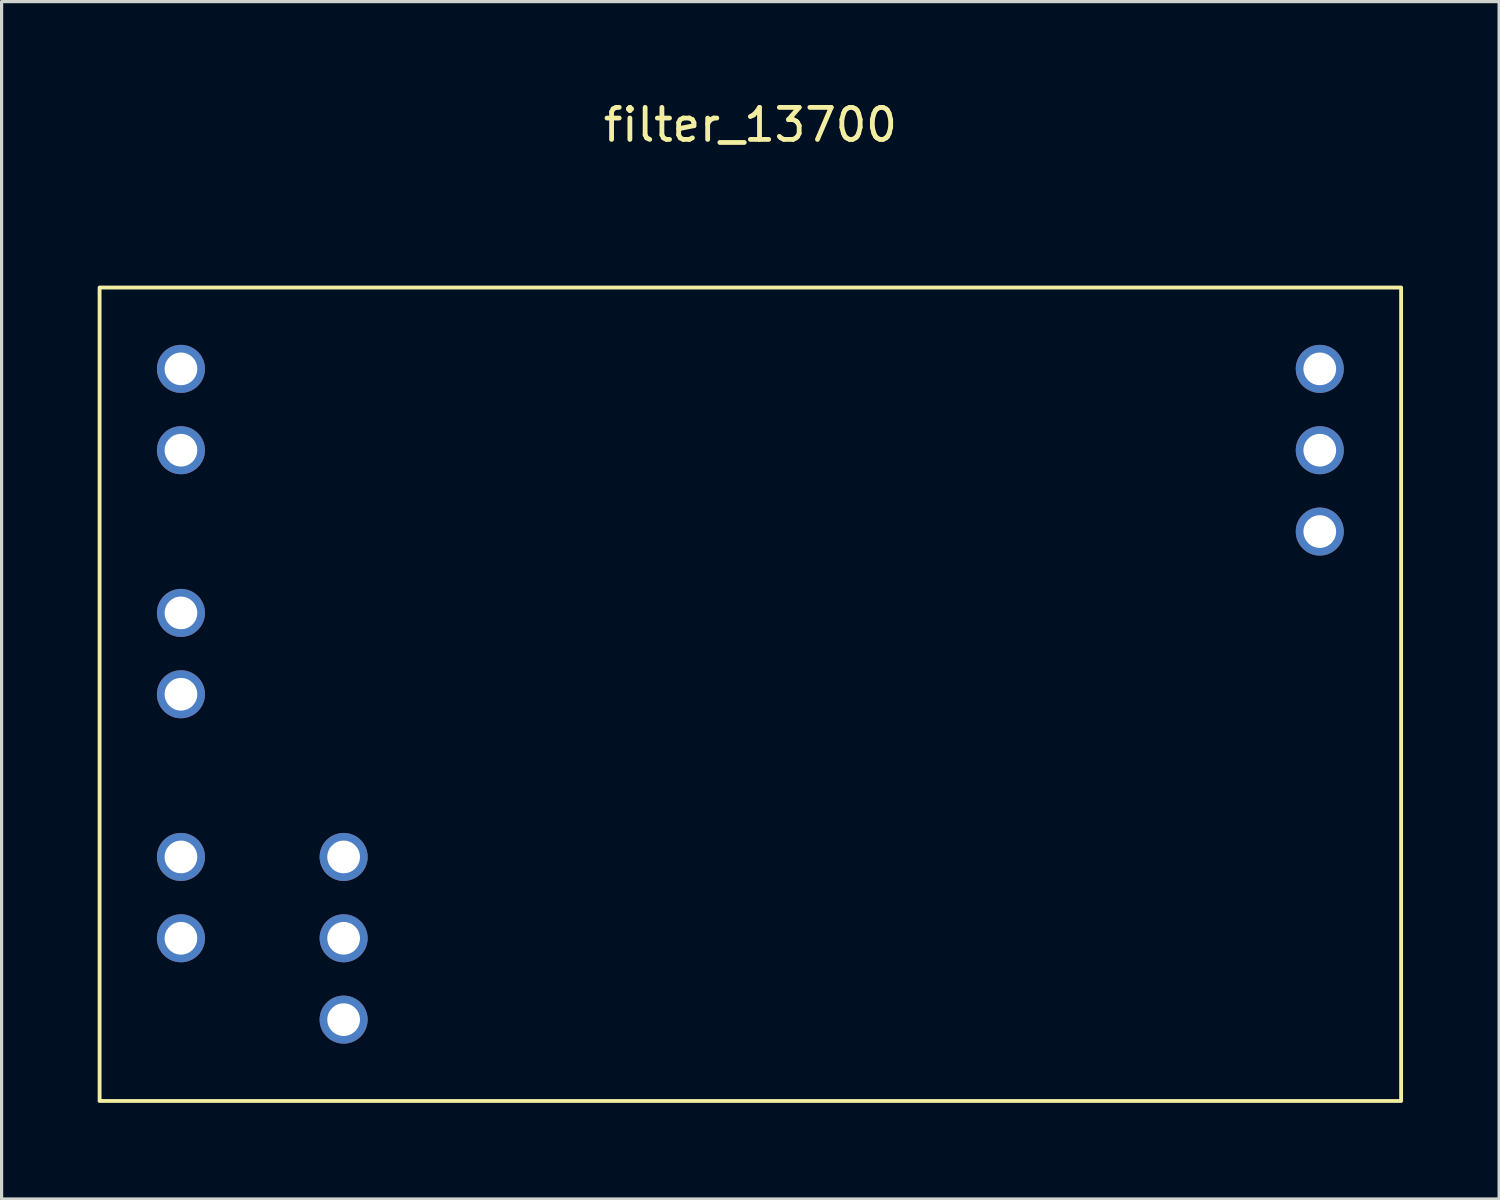
<source format=kicad_pcb>
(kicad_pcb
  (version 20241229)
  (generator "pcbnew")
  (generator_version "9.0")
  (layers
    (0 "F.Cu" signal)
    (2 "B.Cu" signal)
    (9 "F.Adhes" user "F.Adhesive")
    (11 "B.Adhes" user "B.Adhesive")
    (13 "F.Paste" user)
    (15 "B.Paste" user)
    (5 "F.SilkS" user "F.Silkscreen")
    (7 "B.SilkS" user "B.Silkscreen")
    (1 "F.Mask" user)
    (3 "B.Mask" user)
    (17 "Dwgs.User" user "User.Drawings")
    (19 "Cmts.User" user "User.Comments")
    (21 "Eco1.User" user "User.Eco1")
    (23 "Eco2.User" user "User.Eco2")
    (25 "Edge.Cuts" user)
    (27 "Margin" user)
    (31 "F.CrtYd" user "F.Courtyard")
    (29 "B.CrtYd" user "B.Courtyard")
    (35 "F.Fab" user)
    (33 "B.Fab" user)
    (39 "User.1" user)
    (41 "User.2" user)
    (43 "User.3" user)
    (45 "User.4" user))
  (footprint "filter_13700"
    (layer "F.Cu")
    (at 20.38 18.628)
    (property "Reference" "filter_13700" (at 0 -17.78 0) (unlocked yes) (layer "F.SilkS") (effects (font (size 1 1) (thickness 0.15))))
    (attr smd)
    (fp_rect (start -20.32 -12.7) (end 20.32 12.7) (stroke (width 0.12) (type solid)) (fill no) (layer "F.SilkS"))
    (pad "" thru_hole circle (at -17.78 -2.54) (size 1.5 1.5) (drill 1.02) (layers "*.Cu" "*.Mask"))
    (pad "" thru_hole circle (at -17.78 5.08) (size 1.5 1.5) (drill 1.02) (layers "*.Cu" "*.Mask"))
    (pad "1" thru_hole circle (at -17.78 -10.16) (size 1.5 1.5) (drill 1.02) (layers "*.Cu" "*.Mask"))
    (pad "2" thru_hole circle (at -17.78 -7.62) (size 1.5 1.5) (drill 1.02) (layers "*.Cu" "*.Mask"))
    (pad "3" thru_hole circle (at -17.78 0) (size 1.5 1.5) (drill 1.02) (layers "*.Cu" "*.Mask"))
    (pad "4" thru_hole circle (at -17.78 7.62) (size 1.5 1.5) (drill 1.02) (layers "*.Cu" "*.Mask"))
    (pad "5" thru_hole circle (at 17.78 -10.16) (size 1.5 1.5) (drill 1.02) (layers "*.Cu" "*.Mask"))
    (pad "6" thru_hole circle (at 17.78 -7.62) (size 1.5 1.5) (drill 1.02) (layers "*.Cu" "*.Mask"))
    (pad "7" thru_hole circle (at 17.78 -5.08) (size 1.5 1.5) (drill 1.02) (layers "*.Cu" "*.Mask"))
    (pad "8" thru_hole circle (at -12.7 5.08) (size 1.5 1.5) (drill 1.02) (layers "*.Cu" "*.Mask"))
    (pad "9" thru_hole circle (at -12.7 7.62) (size 1.5 1.5) (drill 1.02) (layers "*.Cu" "*.Mask"))
    (pad "10" thru_hole circle (at -12.7 10.16) (size 1.5 1.5) (drill 1.02) (layers "*.Cu" "*.Mask")))
  (gr_rect
    (start -3 -3)
    (end 43.76 34.388)
    (stroke (width 0.1) (type default))
    (fill no)
    (layer "Edge.Cuts")))
</source>
